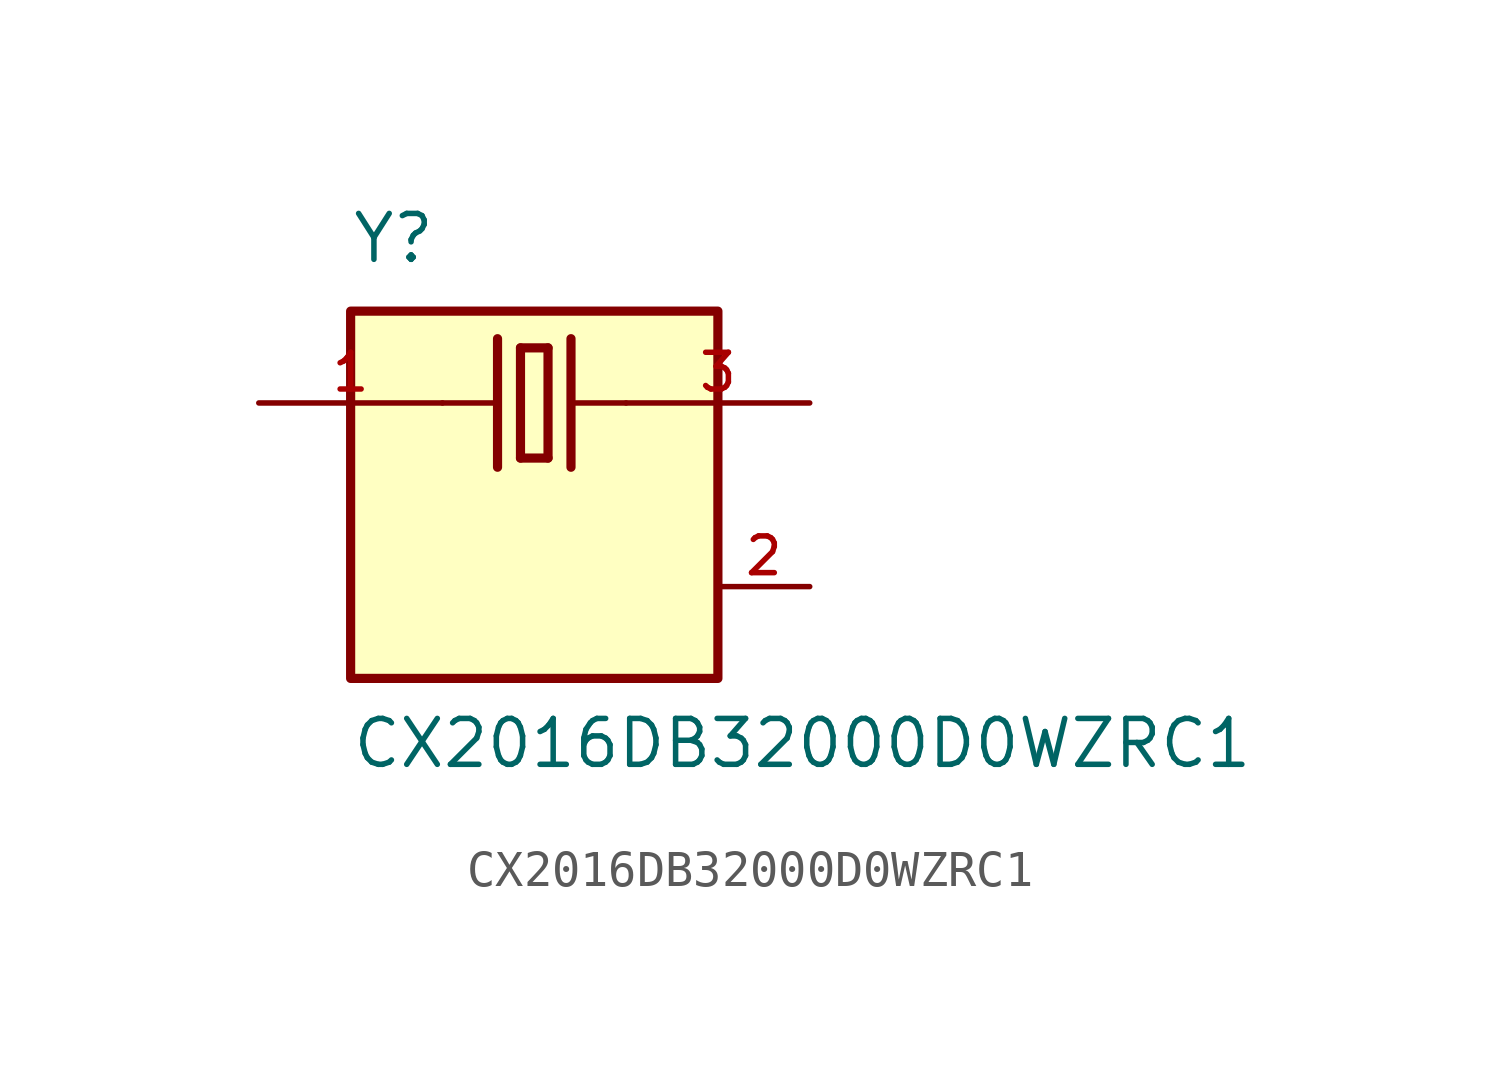
<source format=kicad_sym>
(kicad_symbol_lib
  (version 20211014)
  (generator kicad_symbol_editor)
  (symbol "CX2016DB32000D0WZRC1"
    (pin_names
      (offset 1.016))
    (property "Reference" "Y"
      (at -5.08 6.35 0)
      (effects (font (size 1.27 1.27)) (justify bottom left)))
    (property "Value" "CX2016DB32000D0WZRC1"
      (at -5.08 -7.62 0)
      (effects (font (size 1.27 1.27)) (justify bottom left)))
    (symbol "CX2016DB32000D0WZRC1_0_0"
      (polyline (pts (xy 1.016 2.54) (xy 2.54 2.54)) (stroke (width 0.152)))
      (polyline (pts (xy -2.54 2.54) (xy -1.016 2.54)) (stroke (width 0.152)))
      (polyline (pts (xy -0.381 4.064) (xy -0.381 1.016)) (stroke (width 0.254)))
      (polyline (pts (xy -0.381 1.016) (xy 0.381 1.016)) (stroke (width 0.254)))
      (polyline (pts (xy 0.381 1.016) (xy 0.381 4.064)) (stroke (width 0.254)))
      (polyline (pts (xy 0.381 4.064) (xy -0.381 4.064)) (stroke (width 0.254)))
      (polyline (pts (xy 1.016 4.318) (xy 1.016 0.762)) (stroke (width 0.254)))
      (polyline (pts (xy -1.016 4.318) (xy -1.016 0.762)) (stroke (width 0.254)))
      (rectangle (start -5.08 -5.08) (end 5.08 5.08) (stroke (width 0.254)) (fill (type background)))
      (pin passive line (at -7.62 2.54 0) (length 5.08) (name "~" (effects (font (size 1.016 1.016)))) (number "1" (effects (font (size 1.016 1.016)))))
      (pin passive line (at 7.62 2.54 180.0) (length 5.08) (name "~" (effects (font (size 1.016 1.016)))) (number "3" (effects (font (size 1.016 1.016)))))
      (pin power_in line (at 7.62 -2.54 180.0) (length 2.54) (name "~" (effects (font (size 1.016 1.016)))) (number "2" (effects (font (size 1.016 1.016))))))))
</source>
